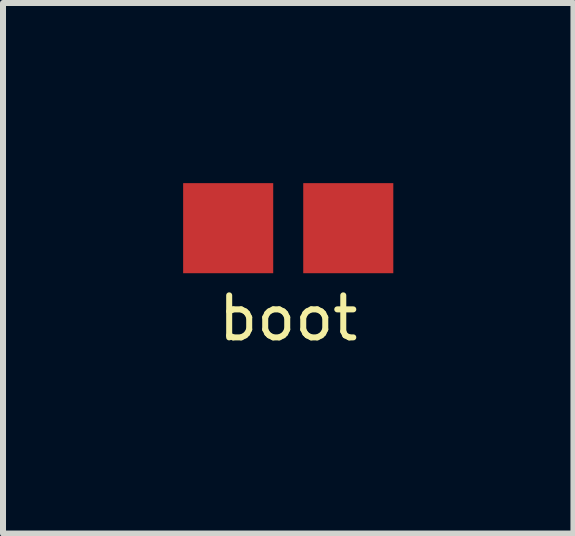
<source format=kicad_pcb>
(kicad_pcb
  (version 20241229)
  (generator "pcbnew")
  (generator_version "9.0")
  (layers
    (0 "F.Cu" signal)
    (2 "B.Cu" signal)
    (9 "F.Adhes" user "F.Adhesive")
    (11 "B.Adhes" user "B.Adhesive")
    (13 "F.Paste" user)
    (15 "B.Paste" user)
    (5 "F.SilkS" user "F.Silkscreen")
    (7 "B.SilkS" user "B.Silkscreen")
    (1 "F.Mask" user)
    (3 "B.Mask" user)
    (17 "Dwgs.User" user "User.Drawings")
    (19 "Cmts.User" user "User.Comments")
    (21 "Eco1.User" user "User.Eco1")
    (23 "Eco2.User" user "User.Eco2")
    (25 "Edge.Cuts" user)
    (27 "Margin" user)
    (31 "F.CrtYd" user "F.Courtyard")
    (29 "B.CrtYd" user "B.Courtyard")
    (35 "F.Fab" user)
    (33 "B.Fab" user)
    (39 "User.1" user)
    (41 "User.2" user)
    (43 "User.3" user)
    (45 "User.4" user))
  (footprint "boot"
    (layer "F.Cu")
    (at 0.75 0.75)
    (property "Reference" "boot" (at 1 1.5 0) (layer "F.SilkS") (effects (font (size 0.7 0.7) (thickness 0.1))))
    (attr through_hole)
    (pad "1" smd rect (at 0 0) (size 1.5 1.5) (layers "F.Cu" "F.Mask" "F.Paste"))
    (pad "2" smd rect (at 2 0) (size 1.5 1.5) (layers "F.Cu" "F.Mask" "F.Paste")))
  (gr_rect
    (start -3 -3)
    (end 6.5 5.835)
    (stroke (width 0.1) (type default))
    (fill no)
    (layer "Edge.Cuts")))
</source>
